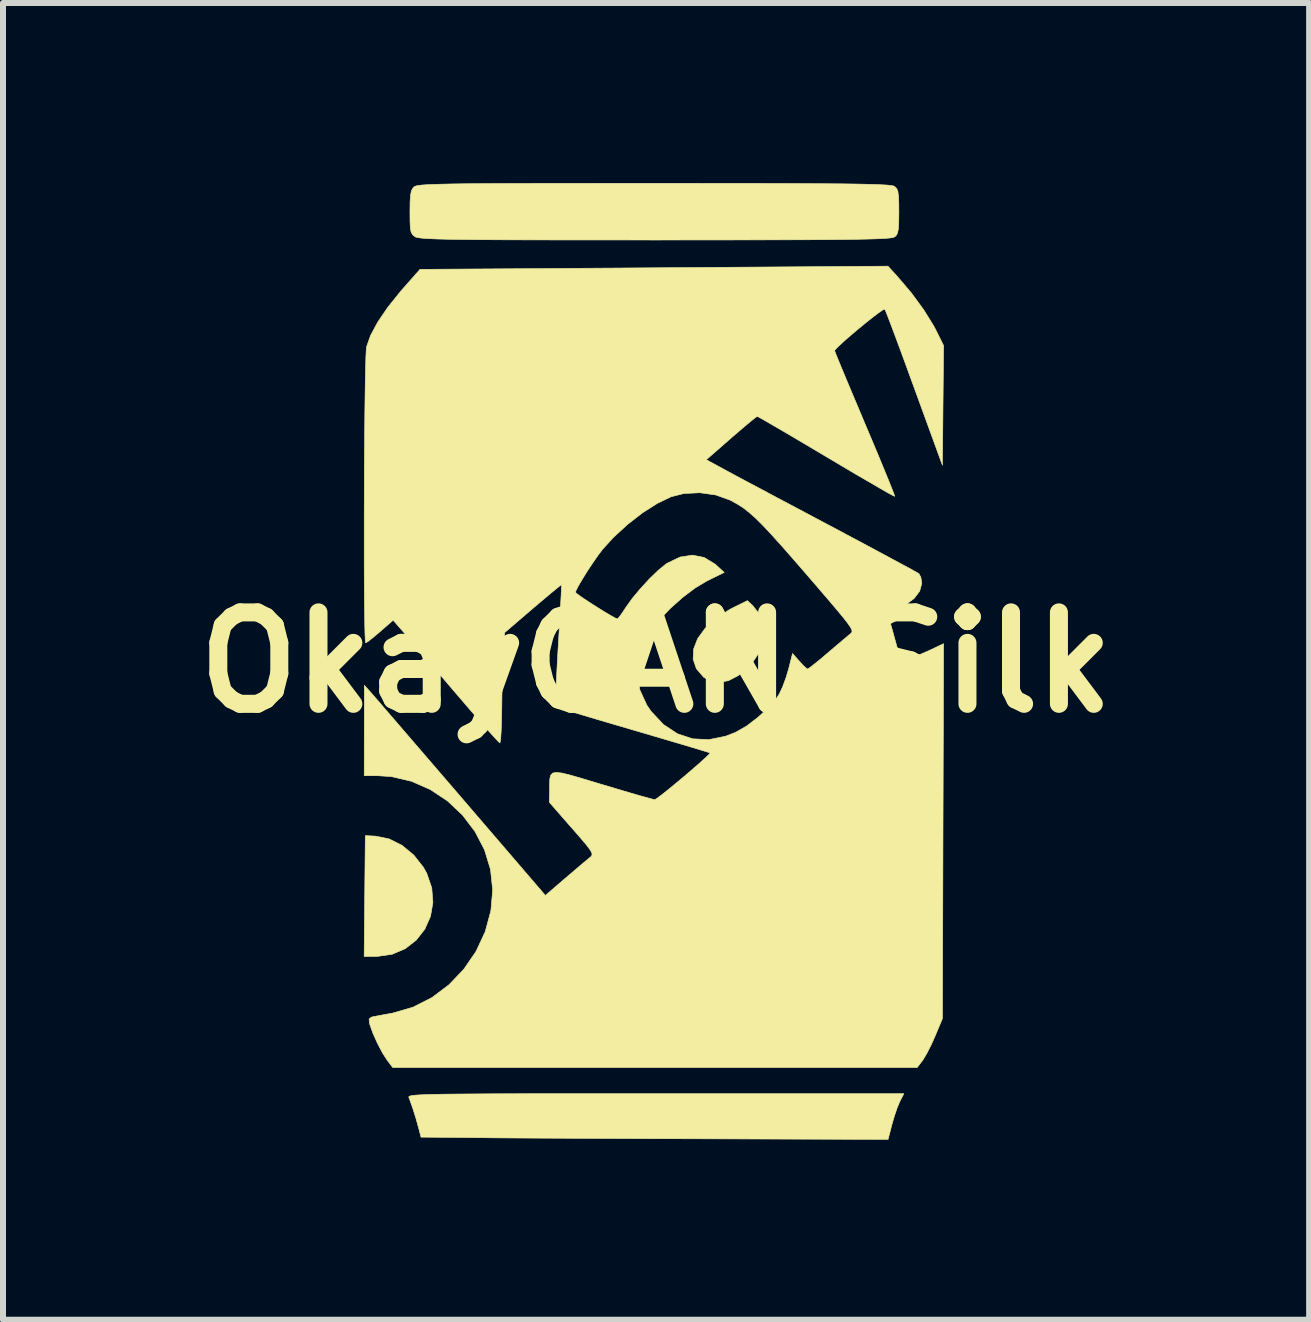
<source format=kicad_pcb>
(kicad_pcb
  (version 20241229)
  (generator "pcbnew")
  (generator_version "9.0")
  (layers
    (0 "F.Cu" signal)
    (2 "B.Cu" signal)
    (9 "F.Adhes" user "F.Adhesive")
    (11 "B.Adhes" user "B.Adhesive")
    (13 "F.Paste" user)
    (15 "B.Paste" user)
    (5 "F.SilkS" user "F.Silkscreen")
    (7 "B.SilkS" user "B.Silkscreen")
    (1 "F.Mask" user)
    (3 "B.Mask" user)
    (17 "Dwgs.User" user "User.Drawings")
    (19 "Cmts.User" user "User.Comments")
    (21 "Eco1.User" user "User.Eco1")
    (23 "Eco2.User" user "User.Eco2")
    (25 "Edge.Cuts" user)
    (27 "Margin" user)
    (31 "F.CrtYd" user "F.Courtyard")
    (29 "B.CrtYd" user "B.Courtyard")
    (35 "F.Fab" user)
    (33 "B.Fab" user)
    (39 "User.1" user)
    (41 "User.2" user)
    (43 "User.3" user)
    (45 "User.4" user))
  (footprint "OkayCAN_Silk"
    (layer "F.Cu")
    (at 7.881 7.988)
    (property "Reference" "OkayCAN_Silk" (at 0 0 0) (layer "F.SilkS") (effects (font (size 1.524 1.524) (thickness 0.3))))
    (attr through_hole)
    (fp_poly (pts (xy -4.671 2.894) (xy -4.447 2.94) (xy -4.232 3.048) (xy -4.037 3.209) (xy -3.877 3.412) (xy -3.82 3.514) (xy -3.737 3.757) (xy -3.718 3.999) (xy -3.758 4.231) (xy -3.852 4.443) (xy -3.994 4.625) (xy -4.177 4.768) (xy -4.397 4.862) (xy -4.646 4.898) (xy -4.654 4.898) (xy -4.863 4.899) (xy -4.854 3.892) (xy -4.844 2.885) (xy -4.671 2.894)) (stroke (width 0.01) (type solid)) (fill yes) (layer "F.SilkS"))
    (fp_poly (pts (xy 1.612 -0.946) (xy 1.744 -0.779) (xy 1.809 -0.596) (xy 1.808 -0.401) (xy 1.743 -0.204) (xy 1.614 -0.009) (xy 1.424 0.176) (xy 1.364 0.222) (xy 1.205 0.304) (xy 1.039 0.33) (xy 0.884 0.3) (xy 0.793 0.245) (xy 0.672 0.104) (xy 0.618 -0.055) (xy 0.626 -0.224) (xy 0.694 -0.399) (xy 0.82 -0.571) (xy 0.999 -0.735) (xy 1.23 -0.885) (xy 1.315 -0.928) (xy 1.522 -1.03) (xy 1.612 -0.946)) (stroke (width 0.01) (type solid)) (fill yes) (layer "F.SilkS"))
    (fp_poly (pts (xy 4.062 7.315) (xy 4.018 7.42) (xy 3.97 7.562) (xy 3.931 7.696) (xy 3.866 7.947) (xy 1.071 7.938) (xy 0.593 7.936) (xy 0.11 7.935) (xy -0.37 7.933) (xy -0.836 7.931) (xy -1.28 7.929) (xy -1.694 7.927) (xy -2.068 7.925) (xy -2.394 7.923) (xy -2.663 7.921) (xy -2.82 7.919) (xy -3.916 7.909) (xy -3.956 7.756) (xy -4.002 7.591) (xy -4.057 7.417) (xy -4.11 7.269) (xy -4.118 7.248) (xy -4.12 7.238) (xy -4.113 7.23) (xy -4.093 7.222) (xy -4.057 7.215) (xy -4.001 7.209) (xy -3.922 7.204) (xy -3.814 7.2) (xy -3.674 7.196) (xy -3.499 7.193) (xy -3.285 7.191) (xy -3.027 7.189) (xy -2.722 7.187) (xy -2.365 7.186) (xy -1.954 7.185) (xy -1.484 7.185) (xy -0.951 7.185) (xy -0.351 7.185) (xy -0.008 7.185) (xy 4.129 7.185) (xy 4.062 7.315)) (stroke (width 0.01) (type solid)) (fill yes) (layer "F.SilkS"))
    (fp_poly (pts (xy 0.6 -7.983) (xy 1.162 -7.982) (xy 1.659 -7.982) (xy 2.095 -7.981) (xy 2.474 -7.979) (xy 2.8 -7.977) (xy 3.077 -7.975) (xy 3.308 -7.972) (xy 3.497 -7.968) (xy 3.649 -7.964) (xy 3.766 -7.959) (xy 3.854 -7.954) (xy 3.915 -7.947) (xy 3.954 -7.94) (xy 3.975 -7.932) (xy 3.975 -7.931) (xy 4.008 -7.899) (xy 4.029 -7.851) (xy 4.04 -7.77) (xy 4.045 -7.643) (xy 4.046 -7.511) (xy 4.044 -7.34) (xy 4.038 -7.227) (xy 4.024 -7.156) (xy 4.001 -7.113) (xy 3.975 -7.091) (xy 3.956 -7.083) (xy 3.917 -7.075) (xy 3.857 -7.069) (xy 3.771 -7.063) (xy 3.654 -7.058) (xy 3.504 -7.054) (xy 3.317 -7.05) (xy 3.087 -7.047) (xy 2.813 -7.045) (xy 2.489 -7.043) (xy 2.111 -7.042) (xy 1.677 -7.041) (xy 1.182 -7.04) (xy 0.622 -7.04) (xy -0.006 -7.039) (xy -0.017 -7.039) (xy -0.641 -7.04) (xy -1.196 -7.04) (xy -1.687 -7.04) (xy -2.117 -7.041) (xy -2.491 -7.042) (xy -2.812 -7.044) (xy -3.084 -7.046) (xy -3.313 -7.049) (xy -3.501 -7.052) (xy -3.652 -7.056) (xy -3.771 -7.061) (xy -3.862 -7.066) (xy -3.928 -7.073) (xy -3.974 -7.08) (xy -4.004 -7.088) (xy -4.02 -7.096) (xy -4.057 -7.128) (xy -4.081 -7.171) (xy -4.094 -7.241) (xy -4.099 -7.354) (xy -4.1 -7.508) (xy -4.098 -7.678) (xy -4.09 -7.792) (xy -4.074 -7.864) (xy -4.047 -7.909) (xy -4.034 -7.923) (xy -4.019 -7.932) (xy -3.994 -7.941) (xy -3.956 -7.948) (xy -3.899 -7.955) (xy -3.82 -7.96) (xy -3.715 -7.965) (xy -3.579 -7.969) (xy -3.41 -7.973) (xy -3.202 -7.976) (xy -2.952 -7.978) (xy -2.655 -7.98) (xy -2.308 -7.981) (xy -1.906 -7.982) (xy -1.446 -7.982) (xy -0.923 -7.983) (xy -0.334 -7.983) (xy -0.031 -7.983) (xy 0.6 -7.983)) (stroke (width 0.01) (type solid)) (fill yes) (layer "F.SilkS"))
    (fp_poly (pts (xy 4.021 -6.431) (xy 4.255 -6.156) (xy 4.46 -5.876) (xy 4.624 -5.612) (xy 4.665 -5.534) (xy 4.791 -5.28) (xy 4.781 -4.283) (xy 4.772 -3.286) (xy 4.303 -4.573) (xy 4.197 -4.863) (xy 4.099 -5.132) (xy 4.01 -5.372) (xy 3.934 -5.575) (xy 3.874 -5.733) (xy 3.832 -5.84) (xy 3.812 -5.887) (xy 3.811 -5.888) (xy 3.778 -5.874) (xy 3.703 -5.822) (xy 3.597 -5.741) (xy 3.473 -5.642) (xy 3.341 -5.533) (xy 3.214 -5.425) (xy 3.103 -5.327) (xy 3.021 -5.25) (xy 2.979 -5.203) (xy 2.976 -5.195) (xy 2.989 -5.157) (xy 3.028 -5.06) (xy 3.089 -4.912) (xy 3.169 -4.72) (xy 3.265 -4.491) (xy 3.373 -4.235) (xy 3.482 -3.975) (xy 3.599 -3.699) (xy 3.705 -3.446) (xy 3.798 -3.221) (xy 3.875 -3.033) (xy 3.932 -2.89) (xy 3.967 -2.799) (xy 3.977 -2.768) (xy 3.944 -2.783) (xy 3.856 -2.831) (xy 3.72 -2.909) (xy 3.543 -3.012) (xy 3.331 -3.135) (xy 3.093 -3.276) (xy 2.837 -3.428) (xy 2.578 -3.582) (xy 2.338 -3.724) (xy 2.126 -3.849) (xy 1.947 -3.953) (xy 1.809 -4.033) (xy 1.72 -4.083) (xy 1.686 -4.1) (xy 1.652 -4.078) (xy 1.574 -4.015) (xy 1.462 -3.921) (xy 1.325 -3.804) (xy 1.25 -3.739) (xy 0.837 -3.378) (xy 1.099 -3.236) (xy 1.185 -3.189) (xy 1.328 -3.112) (xy 1.519 -3.01) (xy 1.751 -2.887) (xy 2.015 -2.746) (xy 2.304 -2.593) (xy 2.61 -2.43) (xy 2.848 -2.304) (xy 3.152 -2.142) (xy 3.437 -1.99) (xy 3.697 -1.851) (xy 3.924 -1.729) (xy 4.113 -1.627) (xy 4.257 -1.549) (xy 4.349 -1.498) (xy 4.381 -1.478) (xy 4.412 -1.42) (xy 4.427 -1.326) (xy 4.427 -1.315) (xy 4.393 -1.189) (xy 4.302 -1.068) (xy 4.168 -0.968) (xy 4.006 -0.903) (xy 4.005 -0.902) (xy 3.91 -0.87) (xy 3.86 -0.835) (xy 3.857 -0.821) (xy 3.872 -0.771) (xy 3.901 -0.667) (xy 3.941 -0.527) (xy 3.973 -0.41) (xy 4.075 -0.04) (xy 4.188 -0.061) (xy 4.277 -0.086) (xy 4.403 -0.135) (xy 4.541 -0.195) (xy 4.546 -0.197) (xy 4.791 -0.313) (xy 4.781 2.81) (xy 4.772 5.933) (xy 4.651 6.223) (xy 4.584 6.373) (xy 4.513 6.512) (xy 4.452 6.615) (xy 4.441 6.631) (xy 4.351 6.749) (xy -4.387 6.749) (xy -4.478 6.63) (xy -4.557 6.507) (xy -4.642 6.346) (xy -4.717 6.178) (xy -4.768 6.035) (xy -4.773 6.016) (xy -4.781 5.943) (xy -4.745 5.91) (xy -4.712 5.902) (xy -4.632 5.887) (xy -4.509 5.864) (xy -4.391 5.843) (xy -4.05 5.744) (xy -3.734 5.584) (xy -3.449 5.369) (xy -3.201 5.109) (xy -2.998 4.812) (xy -2.846 4.485) (xy -2.752 4.137) (xy -2.722 3.794) (xy -2.758 3.45) (xy -2.858 3.122) (xy -3.016 2.818) (xy -3.224 2.544) (xy -3.474 2.308) (xy -3.76 2.118) (xy -4.074 1.98) (xy -4.408 1.902) (xy -4.634 1.887) (xy -4.862 1.887) (xy -4.861 1.134) (xy -4.86 0.381) (xy -4.761 0.49) (xy -4.72 0.537) (xy -4.636 0.634) (xy -4.514 0.776) (xy -4.358 0.957) (xy -4.173 1.172) (xy -3.963 1.416) (xy -3.732 1.684) (xy -3.486 1.97) (xy -3.253 2.241) (xy -1.844 3.882) (xy -1.518 3.601) (xy -1.382 3.485) (xy -1.26 3.381) (xy -1.166 3.302) (xy -1.117 3.262) (xy -1.084 3.235) (xy -1.067 3.208) (xy -1.07 3.173) (xy -1.099 3.121) (xy -1.158 3.043) (xy -1.252 2.931) (xy -1.388 2.775) (xy -1.44 2.716) (xy -1.778 2.329) (xy -1.774 2.135) (xy -1.773 2.023) (xy -1.77 1.938) (xy -1.755 1.878) (xy -1.722 1.843) (xy -1.661 1.832) (xy -1.566 1.843) (xy -1.428 1.877) (xy -1.238 1.932) (xy -0.989 2.007) (xy -0.892 2.036) (xy -0.657 2.106) (xy -0.445 2.169) (xy -0.265 2.221) (xy -0.127 2.259) (xy -0.043 2.282) (xy -0.021 2.286) (xy 0.016 2.264) (xy 0.095 2.205) (xy 0.204 2.118) (xy 0.333 2.012) (xy 0.471 1.897) (xy 0.605 1.782) (xy 0.727 1.676) (xy 0.824 1.588) (xy 0.885 1.529) (xy 0.901 1.507) (xy 0.864 1.495) (xy 0.766 1.465) (xy 0.614 1.419) (xy 0.416 1.36) (xy 0.179 1.29) (xy -0.088 1.211) (xy -0.378 1.126) (xy -0.381 1.125) (xy -0.672 1.04) (xy -0.94 0.961) (xy -1.178 0.89) (xy -1.378 0.831) (xy -1.532 0.785) (xy -1.632 0.755) (xy -1.67 0.742) (xy -1.67 0.742) (xy -1.673 0.705) (xy -1.672 0.604) (xy -1.666 0.45) (xy -1.658 0.251) (xy -1.646 0.016) (xy -1.631 -0.244) (xy -1.629 -0.278) (xy -1.613 -0.541) (xy -1.6 -0.778) (xy -1.589 -0.982) (xy -1.58 -1.142) (xy -1.579 -1.168) (xy -1.343 -1.168) (xy -1.314 -1.142) (xy -1.238 -1.087) (xy -1.13 -1.015) (xy -1.005 -0.935) (xy -0.879 -0.856) (xy -0.767 -0.789) (xy -0.683 -0.742) (xy -0.644 -0.726) (xy -0.616 -0.754) (xy -0.562 -0.827) (xy -0.504 -0.916) (xy -0.397 -1.066) (xy -0.26 -1.23) (xy -0.11 -1.393) (xy 0.037 -1.535) (xy 0.164 -1.639) (xy 0.189 -1.655) (xy 0.402 -1.757) (xy 0.608 -1.788) (xy 0.803 -1.749) (xy 0.982 -1.64) (xy 1.007 -1.618) (xy 1.136 -1.5) (xy 0.849 -1.359) (xy 0.653 -1.242) (xy 0.443 -1.084) (xy 0.238 -0.901) (xy 0.051 -0.706) (xy -0.101 -0.515) (xy -0.196 -0.358) (xy -0.292 -0.083) (xy -0.317 0.191) (xy -0.27 0.457) (xy -0.153 0.712) (xy -0.082 0.815) (xy 0.125 1.035) (xy 0.357 1.188) (xy 0.61 1.272) (xy 0.878 1.286) (xy 1.159 1.229) (xy 1.324 1.165) (xy 1.509 1.059) (xy 1.699 0.914) (xy 1.875 0.751) (xy 2.013 0.587) (xy 2.052 0.527) (xy 2.107 0.411) (xy 2.164 0.259) (xy 2.208 0.112) (xy 2.274 -0.15) (xy 2.388 -0.021) (xy 2.459 0.056) (xy 2.512 0.102) (xy 2.525 0.109) (xy 2.561 0.087) (xy 2.639 0.026) (xy 2.748 -0.062) (xy 2.856 -0.154) (xy 2.989 -0.267) (xy 3.107 -0.367) (xy 3.197 -0.443) (xy 3.238 -0.476) (xy 3.257 -0.493) (xy 3.266 -0.515) (xy 3.261 -0.545) (xy 3.237 -0.591) (xy 3.19 -0.659) (xy 3.116 -0.753) (xy 3.011 -0.88) (xy 2.87 -1.046) (xy 2.689 -1.257) (xy 2.528 -1.444) (xy 2.286 -1.723) (xy 2.084 -1.953) (xy 1.916 -2.139) (xy 1.776 -2.288) (xy 1.657 -2.406) (xy 1.553 -2.498) (xy 1.459 -2.572) (xy 1.367 -2.632) (xy 1.271 -2.686) (xy 1.234 -2.705) (xy 0.995 -2.791) (xy 0.73 -2.828) (xy 0.464 -2.815) (xy 0.25 -2.761) (xy 0.022 -2.651) (xy -0.226 -2.493) (xy -0.476 -2.299) (xy -0.71 -2.084) (xy -0.891 -1.885) (xy -0.966 -1.786) (xy -1.054 -1.659) (xy -1.145 -1.522) (xy -1.228 -1.388) (xy -1.295 -1.274) (xy -1.335 -1.194) (xy -1.343 -1.168) (xy -1.579 -1.168) (xy -1.576 -1.249) (xy -1.575 -1.295) (xy -1.575 -1.296) (xy -1.603 -1.276) (xy -1.677 -1.216) (xy -1.788 -1.124) (xy -1.927 -1.007) (xy -2.052 -0.901) (xy -2.522 -0.498) (xy -2.544 -0.113) (xy -2.553 0.074) (xy -2.561 0.305) (xy -2.568 0.553) (xy -2.571 0.788) (xy -2.572 0.807) (xy -2.575 0.995) (xy -2.581 1.153) (xy -2.589 1.27) (xy -2.599 1.333) (xy -2.603 1.34) (xy -2.633 1.313) (xy -2.703 1.237) (xy -2.809 1.12) (xy -2.943 0.967) (xy -3.101 0.786) (xy -3.275 0.583) (xy -3.349 0.497) (xy -3.537 0.277) (xy -3.717 0.066) (xy -3.882 -0.127) (xy -4.024 -0.293) (xy -4.136 -0.424) (xy -4.211 -0.51) (xy -4.223 -0.524) (xy -4.38 -0.704) (xy -4.597 -0.515) (xy -4.701 -0.427) (xy -4.785 -0.36) (xy -4.833 -0.328) (xy -4.838 -0.327) (xy -4.844 -0.362) (xy -4.849 -0.462) (xy -4.853 -0.621) (xy -4.856 -0.831) (xy -4.859 -1.084) (xy -4.861 -1.374) (xy -4.862 -1.694) (xy -4.862 -2.036) (xy -4.862 -2.393) (xy -4.861 -2.758) (xy -4.86 -3.124) (xy -4.858 -3.483) (xy -4.855 -3.829) (xy -4.852 -4.154) (xy -4.848 -4.451) (xy -4.844 -4.713) (xy -4.839 -4.932) (xy -4.834 -5.102) (xy -4.828 -5.216) (xy -4.823 -5.261) (xy -4.756 -5.45) (xy -4.637 -5.671) (xy -4.47 -5.917) (xy -4.262 -6.176) (xy -4.217 -6.228) (xy -3.933 -6.55) (xy -0.034 -6.576) (xy 3.864 -6.603) (xy 4.021 -6.431)) (stroke (width 0.01) (type solid)) (fill yes) (layer "F.SilkS")))
  (gr_rect
    (start -3 -3)
    (end 18.763 18.939)
    (stroke (width 0.1) (type default))
    (fill no)
    (layer "Edge.Cuts")))
</source>
